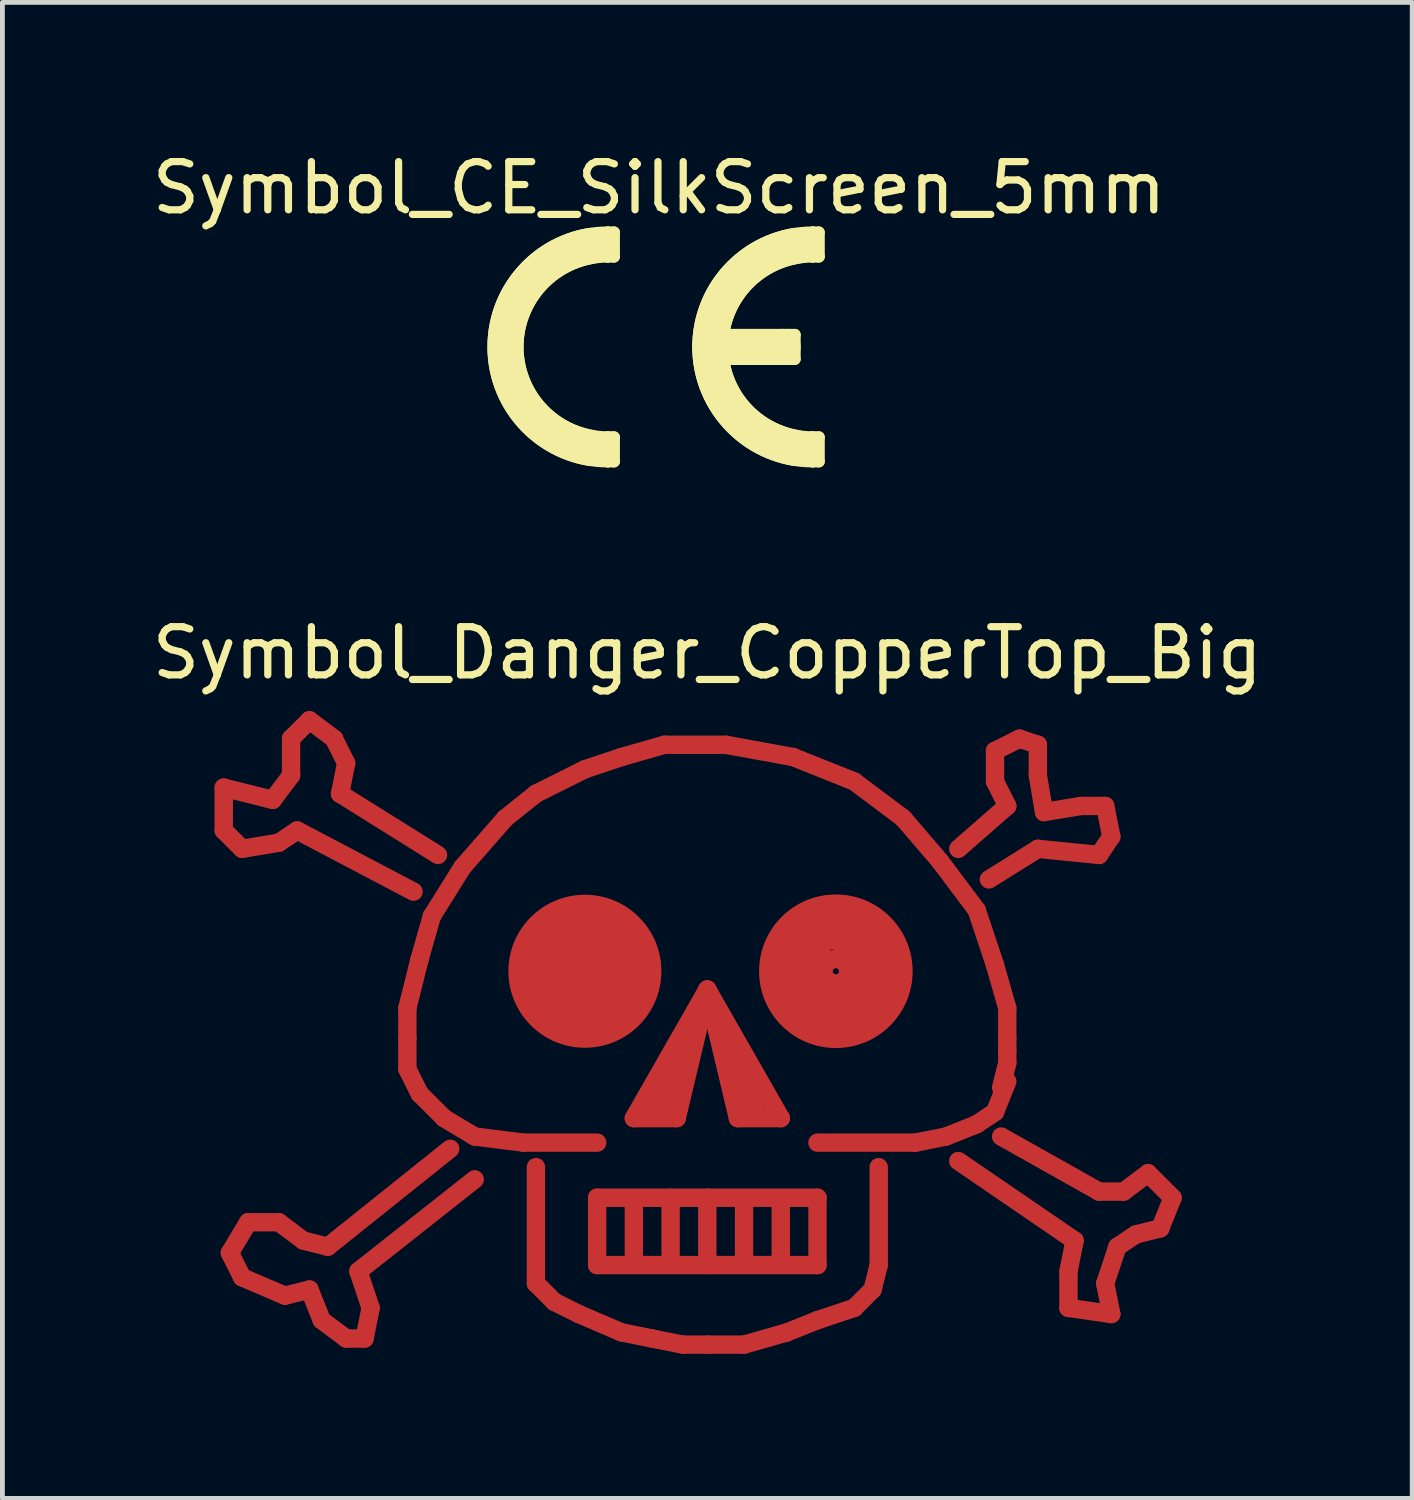
<source format=kicad_pcb>
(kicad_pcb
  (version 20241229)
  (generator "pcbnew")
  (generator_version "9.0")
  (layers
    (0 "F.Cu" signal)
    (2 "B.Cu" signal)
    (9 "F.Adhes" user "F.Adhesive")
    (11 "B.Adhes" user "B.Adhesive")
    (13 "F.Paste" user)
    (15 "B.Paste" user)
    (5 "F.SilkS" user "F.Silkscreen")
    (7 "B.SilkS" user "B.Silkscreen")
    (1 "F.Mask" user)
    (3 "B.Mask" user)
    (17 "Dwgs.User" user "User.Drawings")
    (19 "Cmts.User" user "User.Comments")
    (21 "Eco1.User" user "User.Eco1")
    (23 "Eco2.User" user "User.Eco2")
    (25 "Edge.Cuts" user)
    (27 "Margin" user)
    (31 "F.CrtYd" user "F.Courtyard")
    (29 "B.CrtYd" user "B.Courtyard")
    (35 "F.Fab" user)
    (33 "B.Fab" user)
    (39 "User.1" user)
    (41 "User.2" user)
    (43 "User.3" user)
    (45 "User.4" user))
  (footprint "Symbol_CE_SilkScreen_5mm"
    (layer "F.Cu")
    (at 10.625 4.148)
    (property "Reference" "Symbol_CE_SilkScreen_5mm" (at 0 -3.3 0) (layer "F.SilkS") (effects (font (size 1 1) (thickness 0.15))))
    (attr through_hole)
    (fp_line (start -1.062 -2.375) (end -1.062 -1.875) (stroke (width 0.25) (type solid)) (layer "F.SilkS"))
    (fp_line (start -1.062 1.875) (end -1.062 2.375) (stroke (width 0.25) (type solid)) (layer "F.SilkS"))
    (fp_line (start -1.062 1.875) (end -0.938 1.875) (stroke (width 0.25) (type solid)) (layer "F.SilkS"))
    (fp_line (start -0.938 -2.375) (end -1.062 -2.375) (stroke (width 0.25) (type solid)) (layer "F.SilkS"))
    (fp_line (start -0.938 -2.375) (end -0.938 -1.875) (stroke (width 0.25) (type solid)) (layer "F.SilkS"))
    (fp_line (start -0.938 -1.875) (end -1.062 -1.875) (stroke (width 0.25) (type solid)) (layer "F.SilkS"))
    (fp_line (start -0.938 1.875) (end -0.938 2.375) (stroke (width 0.25) (type solid)) (layer "F.SilkS"))
    (fp_line (start -0.938 2.375) (end -1.062 2.375) (stroke (width 0.25) (type solid)) (layer "F.SilkS"))
    (fp_line (start 2.562 0) (end 1.062 0) (stroke (width 0.75) (type solid)) (layer "F.SilkS"))
    (fp_line (start 2.562 0.25) (end 2.688 0.25) (stroke (width 0.25) (type solid)) (layer "F.SilkS"))
    (fp_line (start 2.688 -0.25) (end 2.562 -0.25) (stroke (width 0.25) (type solid)) (layer "F.SilkS"))
    (fp_line (start 2.688 -0.25) (end 2.812 -0.25) (stroke (width 0.25) (type solid)) (layer "F.SilkS"))
    (fp_line (start 2.812 -0.25) (end 2.812 0.25) (stroke (width 0.25) (type solid)) (layer "F.SilkS"))
    (fp_line (start 2.812 0.25) (end 2.688 0.25) (stroke (width 0.25) (type solid)) (layer "F.SilkS"))
    (fp_line (start 3.188 -2.375) (end 3.188 -1.875) (stroke (width 0.25) (type solid)) (layer "F.SilkS"))
    (fp_line (start 3.188 -2.375) (end 3.312 -2.375) (stroke (width 0.25) (type solid)) (layer "F.SilkS"))
    (fp_line (start 3.188 1.875) (end 3.188 2.375) (stroke (width 0.25) (type solid)) (layer "F.SilkS"))
    (fp_line (start 3.188 1.875) (end 3.312 1.875) (stroke (width 0.25) (type solid)) (layer "F.SilkS"))
    (fp_line (start 3.312 -2.375) (end 3.312 -1.875) (stroke (width 0.25) (type solid)) (layer "F.SilkS"))
    (fp_line (start 3.312 -1.875) (end 3.188 -1.875) (stroke (width 0.25) (type solid)) (layer "F.SilkS"))
    (fp_line (start 3.312 1.875) (end 3.312 2.375) (stroke (width 0.25) (type solid)) (layer "F.SilkS"))
    (fp_line (start 3.312 2.375) (end 3.188 2.375) (stroke (width 0.25) (type solid)) (layer "F.SilkS"))
    (fp_arc (start -1.431502 2.092716) (mid -3.187499 0) (end -1.431503 -2.092716) (stroke (width 0.75) (type solid)) (layer "F.SilkS"))
    (fp_arc (start -1.0625 1.875) (mid -2.9375 0) (end -1.0625 -1.875) (stroke (width 0.25) (type solid)) (layer "F.SilkS"))
    (fp_arc (start -1.0625 2.375) (mid -3.4375 0) (end -1.0625 -2.375) (stroke (width 0.25) (type solid)) (layer "F.SilkS"))
    (fp_arc (start 2.818498 2.092716) (mid 1.062501 0) (end 2.818497 -2.092716) (stroke (width 0.75) (type solid)) (layer "F.SilkS"))
    (fp_arc (start 3.1875 1.875) (mid 1.3125 0) (end 3.1875 -1.875) (stroke (width 0.25) (type solid)) (layer "F.SilkS"))
    (fp_arc (start 3.1875 2.375) (mid 0.8125 0) (end 3.1875 -2.375) (stroke (width 0.25) (type solid)) (layer "F.SilkS")))
  (footprint "Symbol_Danger_CopperTop_Big"
    (layer "F.Cu")
    (at 11.625 18.625)
    (property "Reference" "Symbol_Danger_CopperTop_Big" (at 0 -8.128 0) (layer "F.SilkS") (effects (font (size 1 1) (thickness 0.15))))
    (attr through_hole)
    (fp_line (start -10.033 -5.334) (end -10.033 -4.445) (stroke (width 0.381) (type solid)) (layer "F.Cu"))
    (fp_line (start -10.033 -4.445) (end -9.652 -4.064) (stroke (width 0.381) (type solid)) (layer "F.Cu"))
    (fp_line (start -9.906 4.318) (end -9.652 4.826) (stroke (width 0.381) (type solid)) (layer "F.Cu"))
    (fp_line (start -9.652 -4.064) (end -8.89 -4.191) (stroke (width 0.381) (type solid)) (layer "F.Cu"))
    (fp_line (start -9.652 4.826) (end -8.763 5.207) (stroke (width 0.381) (type solid)) (layer "F.Cu"))
    (fp_line (start -9.525 3.683) (end -9.906 4.318) (stroke (width 0.381) (type solid)) (layer "F.Cu"))
    (fp_line (start -9.017 -5.08) (end -10.033 -5.334) (stroke (width 0.381) (type solid)) (layer "F.Cu"))
    (fp_line (start -8.89 -4.191) (end -8.509 -4.445) (stroke (width 0.381) (type solid)) (layer "F.Cu"))
    (fp_line (start -8.89 3.683) (end -9.525 3.683) (stroke (width 0.381) (type solid)) (layer "F.Cu"))
    (fp_line (start -8.763 5.207) (end -8.255 5.08) (stroke (width 0.381) (type solid)) (layer "F.Cu"))
    (fp_line (start -8.636 -6.35) (end -8.636 -5.588) (stroke (width 0.381) (type solid)) (layer "F.Cu"))
    (fp_line (start -8.636 -5.588) (end -9.017 -5.08) (stroke (width 0.381) (type solid)) (layer "F.Cu"))
    (fp_line (start -8.509 -4.445) (end -6.096 -3.175) (stroke (width 0.381) (type solid)) (layer "F.Cu"))
    (fp_line (start -8.382 4.064) (end -8.89 3.683) (stroke (width 0.381) (type solid)) (layer "F.Cu"))
    (fp_line (start -8.255 -6.731) (end -8.636 -6.35) (stroke (width 0.381) (type solid)) (layer "F.Cu"))
    (fp_line (start -8.255 5.08) (end -8.001 5.715) (stroke (width 0.381) (type solid)) (layer "F.Cu"))
    (fp_line (start -8.001 5.715) (end -7.493 6.096) (stroke (width 0.381) (type solid)) (layer "F.Cu"))
    (fp_line (start -7.874 4.191) (end -8.382 4.064) (stroke (width 0.381) (type solid)) (layer "F.Cu"))
    (fp_line (start -7.747 -6.35) (end -8.255 -6.731) (stroke (width 0.381) (type solid)) (layer "F.Cu"))
    (fp_line (start -7.62 -5.207) (end -7.493 -5.842) (stroke (width 0.381) (type solid)) (layer "F.Cu"))
    (fp_line (start -7.493 -5.842) (end -7.747 -6.35) (stroke (width 0.381) (type solid)) (layer "F.Cu"))
    (fp_line (start -7.493 6.096) (end -7.112 6.096) (stroke (width 0.381) (type solid)) (layer "F.Cu"))
    (fp_line (start -7.239 4.699) (end -4.826 2.794) (stroke (width 0.381) (type solid)) (layer "F.Cu"))
    (fp_line (start -7.112 6.096) (end -6.985 5.461) (stroke (width 0.381) (type solid)) (layer "F.Cu"))
    (fp_line (start -6.985 5.461) (end -7.239 4.699) (stroke (width 0.381) (type solid)) (layer "F.Cu"))
    (fp_line (start -6.223 -0.762) (end -5.969 -1.778) (stroke (width 0.381) (type solid)) (layer "F.Cu"))
    (fp_line (start -6.223 -0.127) (end -6.223 -0.762) (stroke (width 0.381) (type solid)) (layer "F.Cu"))
    (fp_line (start -6.223 0.508) (end -6.223 -0.127) (stroke (width 0.381) (type solid)) (layer "F.Cu"))
    (fp_line (start -5.969 -1.778) (end -5.715 -2.667) (stroke (width 0.381) (type solid)) (layer "F.Cu"))
    (fp_line (start -5.969 1.016) (end -6.223 0.508) (stroke (width 0.381) (type solid)) (layer "F.Cu"))
    (fp_line (start -5.715 -2.667) (end -5.08 -3.683) (stroke (width 0.381) (type solid)) (layer "F.Cu"))
    (fp_line (start -5.588 -3.937) (end -7.62 -5.207) (stroke (width 0.381) (type solid)) (layer "F.Cu"))
    (fp_line (start -5.461 1.524) (end -5.969 1.016) (stroke (width 0.381) (type solid)) (layer "F.Cu"))
    (fp_line (start -5.334 2.159) (end -7.874 4.191) (stroke (width 0.381) (type solid)) (layer "F.Cu"))
    (fp_line (start -5.08 -3.683) (end -4.191 -4.699) (stroke (width 0.381) (type solid)) (layer "F.Cu"))
    (fp_line (start -4.826 1.905) (end -5.461 1.524) (stroke (width 0.381) (type solid)) (layer "F.Cu"))
    (fp_line (start -4.191 -4.699) (end -3.556 -5.207) (stroke (width 0.381) (type solid)) (layer "F.Cu"))
    (fp_line (start -3.81 2.032) (end -4.826 1.905) (stroke (width 0.381) (type solid)) (layer "F.Cu"))
    (fp_line (start -3.683 -1.905) (end -3.683 -1.27) (stroke (width 0.381) (type solid)) (layer "F.Cu"))
    (fp_line (start -3.683 -1.27) (end -3.429 -0.762) (stroke (width 0.381) (type solid)) (layer "F.Cu"))
    (fp_line (start -3.556 -5.207) (end -2.54 -5.715) (stroke (width 0.381) (type solid)) (layer "F.Cu"))
    (fp_line (start -3.556 2.54) (end -3.556 4.953) (stroke (width 0.381) (type solid)) (layer "F.Cu"))
    (fp_line (start -3.556 4.953) (end -3.175 5.334) (stroke (width 0.381) (type solid)) (layer "F.Cu"))
    (fp_line (start -3.429 -0.762) (end -3.048 -0.508) (stroke (width 0.381) (type solid)) (layer "F.Cu"))
    (fp_line (start -3.302 -1.524) (end -3.048 -1.143) (stroke (width 0.381) (type solid)) (layer "F.Cu"))
    (fp_line (start -3.175 -2.413) (end -3.683 -1.905) (stroke (width 0.381) (type solid)) (layer "F.Cu"))
    (fp_line (start -3.175 5.334) (end -2.667 5.588) (stroke (width 0.381) (type solid)) (layer "F.Cu"))
    (fp_line (start -3.048 -1.143) (end -2.667 -0.889) (stroke (width 0.381) (type solid)) (layer "F.Cu"))
    (fp_line (start -3.048 -0.508) (end -2.54 -0.381) (stroke (width 0.381) (type solid)) (layer "F.Cu"))
    (fp_line (start -2.921 -2.032) (end -3.302 -1.524) (stroke (width 0.381) (type solid)) (layer "F.Cu"))
    (fp_line (start -2.794 -1.397) (end -2.413 -1.27) (stroke (width 0.381) (type solid)) (layer "F.Cu"))
    (fp_line (start -2.667 -2.667) (end -3.175 -2.413) (stroke (width 0.381) (type solid)) (layer "F.Cu"))
    (fp_line (start -2.667 -0.889) (end -2.159 -0.889) (stroke (width 0.381) (type solid)) (layer "F.Cu"))
    (fp_line (start -2.667 5.588) (end -1.778 5.969) (stroke (width 0.381) (type solid)) (layer "F.Cu"))
    (fp_line (start -2.54 -5.715) (end -1.778 -5.969) (stroke (width 0.381) (type solid)) (layer "F.Cu"))
    (fp_line (start -2.54 -2.667) (end -2.921 -2.032) (stroke (width 0.381) (type solid)) (layer "F.Cu"))
    (fp_line (start -2.54 -2.286) (end -2.794 -1.397) (stroke (width 0.381) (type solid)) (layer "F.Cu"))
    (fp_line (start -2.54 -0.381) (end -1.778 -0.635) (stroke (width 0.381) (type solid)) (layer "F.Cu"))
    (fp_line (start -2.413 -1.27) (end -2.413 -1.778) (stroke (width 0.381) (type solid)) (layer "F.Cu"))
    (fp_line (start -2.286 2.032) (end -3.81 2.032) (stroke (width 0.381) (type solid)) (layer "F.Cu"))
    (fp_line (start -2.286 3.175) (end 2.286 3.175) (stroke (width 0.381) (type solid)) (layer "F.Cu"))
    (fp_line (start -2.286 4.572) (end -2.286 3.175) (stroke (width 0.381) (type solid)) (layer "F.Cu"))
    (fp_line (start -2.159 -0.889) (end -1.905 -1.524) (stroke (width 0.381) (type solid)) (layer "F.Cu"))
    (fp_line (start -2.032 -2.667) (end -2.54 -2.667) (stroke (width 0.381) (type solid)) (layer "F.Cu"))
    (fp_line (start -2.032 -2.032) (end -2.54 -2.286) (stroke (width 0.381) (type solid)) (layer "F.Cu"))
    (fp_line (start -1.905 -1.524) (end -2.032 -2.032) (stroke (width 0.381) (type solid)) (layer "F.Cu"))
    (fp_line (start -1.778 -5.969) (end -0.889 -6.223) (stroke (width 0.381) (type solid)) (layer "F.Cu"))
    (fp_line (start -1.778 -0.635) (end -1.397 -1.27) (stroke (width 0.381) (type solid)) (layer "F.Cu"))
    (fp_line (start -1.778 5.969) (end -1.143 6.096) (stroke (width 0.381) (type solid)) (layer "F.Cu"))
    (fp_line (start -1.651 -2.159) (end -2.032 -2.667) (stroke (width 0.381) (type solid)) (layer "F.Cu"))
    (fp_line (start -1.524 1.524) (end 0 -1.143) (stroke (width 0.381) (type solid)) (layer "F.Cu"))
    (fp_line (start -1.524 3.302) (end -1.524 4.445) (stroke (width 0.381) (type solid)) (layer "F.Cu"))
    (fp_line (start -1.397 -1.905) (end -1.651 -2.159) (stroke (width 0.381) (type solid)) (layer "F.Cu"))
    (fp_line (start -1.397 -1.27) (end -1.397 -1.905) (stroke (width 0.381) (type solid)) (layer "F.Cu"))
    (fp_line (start -1.143 6.096) (end -0.508 6.223) (stroke (width 0.381) (type solid)) (layer "F.Cu"))
    (fp_line (start -1.016 1.397) (end -0.635 0.762) (stroke (width 0.381) (type solid)) (layer "F.Cu"))
    (fp_line (start -0.889 -6.223) (end 0.381 -6.223) (stroke (width 0.381) (type solid)) (layer "F.Cu"))
    (fp_line (start -0.762 3.175) (end -0.762 4.445) (stroke (width 0.381) (type solid)) (layer "F.Cu"))
    (fp_line (start -0.635 1.524) (end -1.524 1.524) (stroke (width 0.381) (type solid)) (layer "F.Cu"))
    (fp_line (start -0.508 6.223) (end 0 6.223) (stroke (width 0.381) (type solid)) (layer "F.Cu"))
    (fp_line (start -0.381 -0.254) (end -1.143 1.27) (stroke (width 0.381) (type solid)) (layer "F.Cu"))
    (fp_line (start 0 -1.143) (end -0.635 1.524) (stroke (width 0.381) (type solid)) (layer "F.Cu"))
    (fp_line (start 0 -1.143) (end 1.524 1.524) (stroke (width 0.381) (type solid)) (layer "F.Cu"))
    (fp_line (start 0 3.175) (end 0 4.572) (stroke (width 0.381) (type solid)) (layer "F.Cu"))
    (fp_line (start 0.381 -6.223) (end 1.778 -5.969) (stroke (width 0.381) (type solid)) (layer "F.Cu"))
    (fp_line (start 0.381 0) (end 1.016 1.397) (stroke (width 0.381) (type solid)) (layer "F.Cu"))
    (fp_line (start 0.635 1.524) (end 0 -1.143) (stroke (width 0.381) (type solid)) (layer "F.Cu"))
    (fp_line (start 0.762 3.302) (end 0.762 4.445) (stroke (width 0.381) (type solid)) (layer "F.Cu"))
    (fp_line (start 0.762 6.223) (end 0 6.223) (stroke (width 0.381) (type solid)) (layer "F.Cu"))
    (fp_line (start 1.524 1.524) (end 0.635 1.524) (stroke (width 0.381) (type solid)) (layer "F.Cu"))
    (fp_line (start 1.524 3.302) (end 1.524 4.445) (stroke (width 0.381) (type solid)) (layer "F.Cu"))
    (fp_line (start 1.651 5.969) (end 0.762 6.223) (stroke (width 0.381) (type solid)) (layer "F.Cu"))
    (fp_line (start 1.778 -5.969) (end 3.048 -5.461) (stroke (width 0.381) (type solid)) (layer "F.Cu"))
    (fp_line (start 1.778 -1.143) (end 2.54 -0.762) (stroke (width 0.381) (type solid)) (layer "F.Cu"))
    (fp_line (start 2.159 -2.286) (end 1.778 -1.143) (stroke (width 0.381) (type solid)) (layer "F.Cu"))
    (fp_line (start 2.286 -1.524) (end 2.413 -1.143) (stroke (width 0.381) (type solid)) (layer "F.Cu"))
    (fp_line (start 2.286 2.032) (end 4.318 2.032) (stroke (width 0.381) (type solid)) (layer "F.Cu"))
    (fp_line (start 2.286 3.175) (end 2.286 4.572) (stroke (width 0.381) (type solid)) (layer "F.Cu"))
    (fp_line (start 2.286 4.572) (end -2.286 4.572) (stroke (width 0.381) (type solid)) (layer "F.Cu"))
    (fp_line (start 2.286 5.715) (end 1.651 5.969) (stroke (width 0.381) (type solid)) (layer "F.Cu"))
    (fp_line (start 2.413 -2.286) (end 2.286 -1.524) (stroke (width 0.381) (type solid)) (layer "F.Cu"))
    (fp_line (start 2.413 -1.143) (end 2.794 -1.143) (stroke (width 0.381) (type solid)) (layer "F.Cu"))
    (fp_line (start 2.54 -0.762) (end 3.175 -0.762) (stroke (width 0.381) (type solid)) (layer "F.Cu"))
    (fp_line (start 2.794 -1.143) (end 3.048 -1.524) (stroke (width 0.381) (type solid)) (layer "F.Cu"))
    (fp_line (start 3.048 -5.461) (end 4.064 -4.699) (stroke (width 0.381) (type solid)) (layer "F.Cu"))
    (fp_line (start 3.048 -2.286) (end 2.413 -2.286) (stroke (width 0.381) (type solid)) (layer "F.Cu"))
    (fp_line (start 3.048 -1.524) (end 2.794 -1.905) (stroke (width 0.381) (type solid)) (layer "F.Cu"))
    (fp_line (start 3.048 5.461) (end 2.286 5.715) (stroke (width 0.381) (type solid)) (layer "F.Cu"))
    (fp_line (start 3.175 -0.762) (end 3.556 -1.397) (stroke (width 0.381) (type solid)) (layer "F.Cu"))
    (fp_line (start 3.429 -1.905) (end 3.048 -2.286) (stroke (width 0.381) (type solid)) (layer "F.Cu"))
    (fp_line (start 3.429 5.08) (end 3.048 5.461) (stroke (width 0.381) (type solid)) (layer "F.Cu"))
    (fp_line (start 3.556 -1.397) (end 3.429 -1.905) (stroke (width 0.381) (type solid)) (layer "F.Cu"))
    (fp_line (start 3.556 2.54) (end 3.556 4.572) (stroke (width 0.381) (type solid)) (layer "F.Cu"))
    (fp_line (start 3.556 4.572) (end 3.429 5.08) (stroke (width 0.381) (type solid)) (layer "F.Cu"))
    (fp_line (start 4.064 -4.699) (end 4.826 -3.81) (stroke (width 0.381) (type solid)) (layer "F.Cu"))
    (fp_line (start 4.318 2.032) (end 4.953 1.905) (stroke (width 0.381) (type solid)) (layer "F.Cu"))
    (fp_line (start 4.826 -3.81) (end 5.588 -2.794) (stroke (width 0.381) (type solid)) (layer "F.Cu"))
    (fp_line (start 4.953 1.905) (end 5.588 1.651) (stroke (width 0.381) (type solid)) (layer "F.Cu"))
    (fp_line (start 5.207 -4.064) (end 6.223 -4.953) (stroke (width 0.381) (type solid)) (layer "F.Cu"))
    (fp_line (start 5.588 -2.794) (end 5.969 -1.651) (stroke (width 0.381) (type solid)) (layer "F.Cu"))
    (fp_line (start 5.588 1.651) (end 5.969 1.397) (stroke (width 0.381) (type solid)) (layer "F.Cu"))
    (fp_line (start 5.969 -6.096) (end 6.477 -6.35) (stroke (width 0.381) (type solid)) (layer "F.Cu"))
    (fp_line (start 5.969 -5.461) (end 5.969 -6.096) (stroke (width 0.381) (type solid)) (layer "F.Cu"))
    (fp_line (start 5.969 -1.651) (end 6.223 -0.762) (stroke (width 0.381) (type solid)) (layer "F.Cu"))
    (fp_line (start 5.969 1.397) (end 6.223 0.762) (stroke (width 0.381) (type solid)) (layer "F.Cu"))
    (fp_line (start 6.096 1.905) (end 8.128 3.048) (stroke (width 0.381) (type solid)) (layer "F.Cu"))
    (fp_line (start 6.223 -4.953) (end 5.969 -5.461) (stroke (width 0.381) (type solid)) (layer "F.Cu"))
    (fp_line (start 6.223 -0.762) (end 6.223 -0.127) (stroke (width 0.381) (type solid)) (layer "F.Cu"))
    (fp_line (start 6.223 -0.127) (end 6.223 0.127) (stroke (width 0.381) (type solid)) (layer "F.Cu"))
    (fp_line (start 6.223 0.127) (end 6.223 0.381) (stroke (width 0.381) (type solid)) (layer "F.Cu"))
    (fp_line (start 6.223 0.381) (end 6.096 0.889) (stroke (width 0.381) (type solid)) (layer "F.Cu"))
    (fp_line (start 6.477 -6.35) (end 6.858 -6.223) (stroke (width 0.381) (type solid)) (layer "F.Cu"))
    (fp_line (start 6.858 -6.223) (end 6.858 -5.588) (stroke (width 0.381) (type solid)) (layer "F.Cu"))
    (fp_line (start 6.858 -5.588) (end 6.985 -4.826) (stroke (width 0.381) (type solid)) (layer "F.Cu"))
    (fp_line (start 6.858 -4.064) (end 5.842 -3.429) (stroke (width 0.381) (type solid)) (layer "F.Cu"))
    (fp_line (start 6.985 -4.826) (end 7.747 -4.953) (stroke (width 0.381) (type solid)) (layer "F.Cu"))
    (fp_line (start 7.493 4.699) (end 7.62 4.064) (stroke (width 0.381) (type solid)) (layer "F.Cu"))
    (fp_line (start 7.493 5.461) (end 7.493 4.699) (stroke (width 0.381) (type solid)) (layer "F.Cu"))
    (fp_line (start 7.62 4.064) (end 5.207 2.413) (stroke (width 0.381) (type solid)) (layer "F.Cu"))
    (fp_line (start 7.747 -4.953) (end 8.255 -4.953) (stroke (width 0.381) (type solid)) (layer "F.Cu"))
    (fp_line (start 8.128 -3.937) (end 6.858 -4.064) (stroke (width 0.381) (type solid)) (layer "F.Cu"))
    (fp_line (start 8.128 3.048) (end 8.636 3.048) (stroke (width 0.381) (type solid)) (layer "F.Cu"))
    (fp_line (start 8.255 -4.953) (end 8.382 -4.318) (stroke (width 0.381) (type solid)) (layer "F.Cu"))
    (fp_line (start 8.255 4.953) (end 8.382 5.588) (stroke (width 0.381) (type solid)) (layer "F.Cu"))
    (fp_line (start 8.382 -4.318) (end 8.128 -3.937) (stroke (width 0.381) (type solid)) (layer "F.Cu"))
    (fp_line (start 8.382 5.588) (end 7.493 5.461) (stroke (width 0.381) (type solid)) (layer "F.Cu"))
    (fp_line (start 8.509 4.191) (end 8.255 4.953) (stroke (width 0.381) (type solid)) (layer "F.Cu"))
    (fp_line (start 8.636 3.048) (end 9.144 2.667) (stroke (width 0.381) (type solid)) (layer "F.Cu"))
    (fp_line (start 8.89 3.937) (end 8.509 4.191) (stroke (width 0.381) (type solid)) (layer "F.Cu"))
    (fp_line (start 9.144 2.667) (end 9.652 3.175) (stroke (width 0.381) (type solid)) (layer "F.Cu"))
    (fp_line (start 9.398 3.81) (end 8.89 3.937) (stroke (width 0.381) (type solid)) (layer "F.Cu"))
    (fp_line (start 9.652 3.175) (end 9.398 3.81) (stroke (width 0.381) (type solid)) (layer "F.Cu"))
    (fp_circle (center -2.54 -1.524) (end -2.54 -1.397) (stroke (width 0.381) (type solid)) (fill no) (layer "F.Cu"))
    (fp_circle (center -2.54 -1.524) (end -2.54 -0.127) (stroke (width 0.381) (type solid)) (fill no) (layer "F.Cu"))
    (fp_circle (center -2.54 -1.524) (end -2.413 -1.016) (stroke (width 0.381) (type solid)) (fill no) (layer "F.Cu"))
    (fp_circle (center -2.54 -1.524) (end -2.159 -0.635) (stroke (width 0.381) (type solid)) (fill no) (layer "F.Cu"))
    (fp_circle (center 2.667 -1.524) (end 2.667 -1.27) (stroke (width 0.381) (type solid)) (fill no) (layer "F.Cu"))
    (fp_circle (center 2.667 -1.524) (end 2.794 -0.889) (stroke (width 0.381) (type solid)) (fill no) (layer "F.Cu"))
    (fp_circle (center 2.667 -1.524) (end 2.794 -0.127) (stroke (width 0.381) (type solid)) (fill no) (layer "F.Cu"))
    (fp_circle (center 2.667 -1.524) (end 3.048 -0.508) (stroke (width 0.381) (type solid)) (fill no) (layer "F.Cu")))
  (gr_rect
    (start -3 -3)
    (end 26.25 28.038)
    (stroke (width 0.1) (type default))
    (fill no)
    (layer "Edge.Cuts")))
</source>
